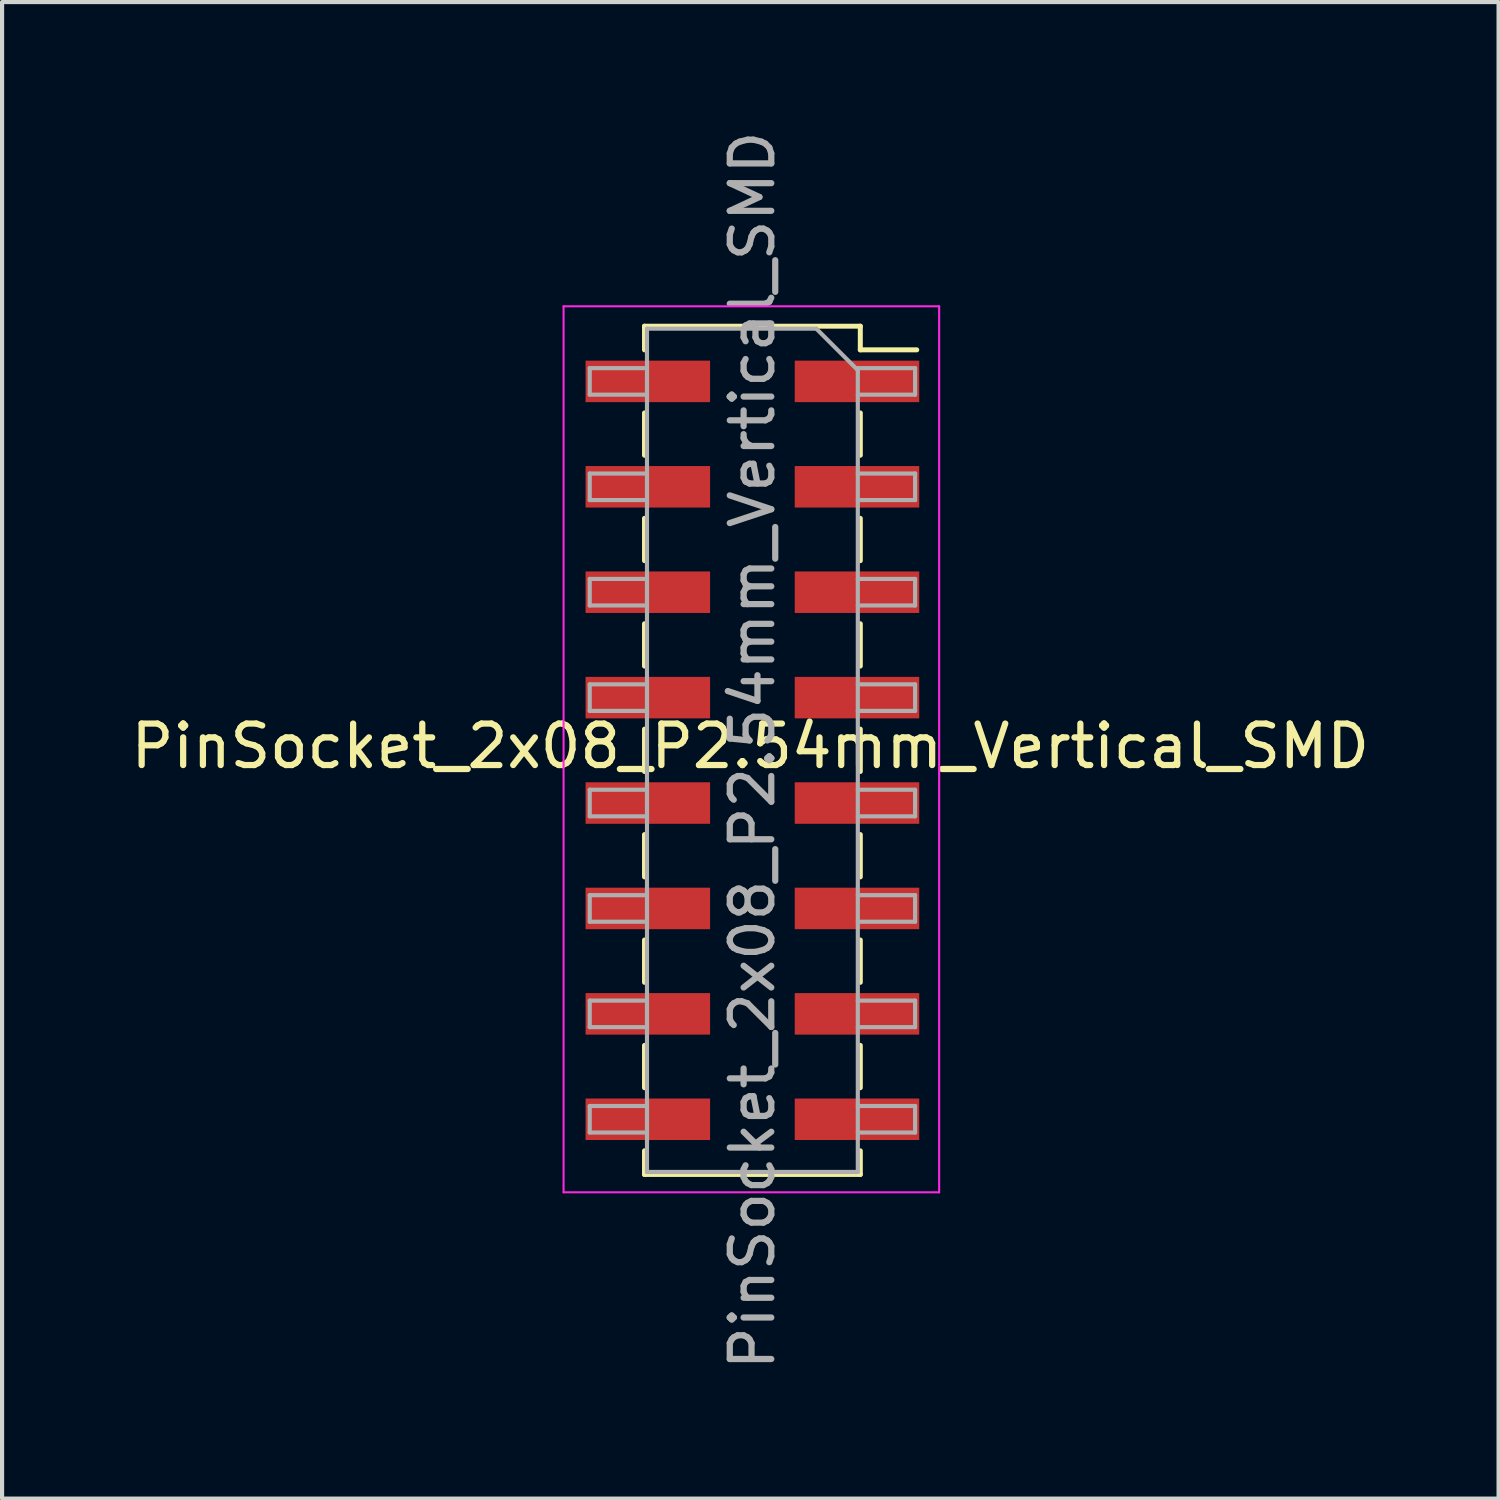
<source format=kicad_pcb>
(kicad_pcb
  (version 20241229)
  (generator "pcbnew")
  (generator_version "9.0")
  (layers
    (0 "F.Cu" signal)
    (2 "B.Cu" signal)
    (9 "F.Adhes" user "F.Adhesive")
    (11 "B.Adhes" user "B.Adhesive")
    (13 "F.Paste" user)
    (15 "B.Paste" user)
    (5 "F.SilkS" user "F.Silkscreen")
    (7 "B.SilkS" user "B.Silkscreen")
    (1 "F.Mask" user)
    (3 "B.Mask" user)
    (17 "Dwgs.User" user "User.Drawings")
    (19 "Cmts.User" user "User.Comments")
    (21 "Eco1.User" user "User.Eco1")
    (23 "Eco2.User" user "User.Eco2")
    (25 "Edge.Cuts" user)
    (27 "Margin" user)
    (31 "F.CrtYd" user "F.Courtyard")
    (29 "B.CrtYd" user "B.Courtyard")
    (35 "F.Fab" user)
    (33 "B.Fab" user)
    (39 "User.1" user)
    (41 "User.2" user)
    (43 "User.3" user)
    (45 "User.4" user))
  (footprint "PinSocket_2x08_P2.54mm_Vertical_SMD"
    (layer "F.Cu")
    (at 15.08 15.03)
    (property "Reference" "PinSocket_2x08_P2.54mm_Vertical_SMD" (at -0.05 -0.1 0) (layer "F.SilkS") (effects (font (size 1 1) (thickness 0.15))))
    (attr smd)
    (fp_line (start -2.6 -10.22) (end -2.6 -9.65) (stroke (width 0.12) (type solid)) (layer "F.SilkS"))
    (fp_line (start -2.6 -10.22) (end 2.6 -10.22) (stroke (width 0.12) (type solid)) (layer "F.SilkS"))
    (fp_line (start -2.6 -8.13) (end -2.6 -7.11) (stroke (width 0.12) (type solid)) (layer "F.SilkS"))
    (fp_line (start -2.6 -5.59) (end -2.6 -4.57) (stroke (width 0.12) (type solid)) (layer "F.SilkS"))
    (fp_line (start -2.6 -3.05) (end -2.6 -2.03) (stroke (width 0.12) (type solid)) (layer "F.SilkS"))
    (fp_line (start -2.6 -0.51) (end -2.6 0.51) (stroke (width 0.12) (type solid)) (layer "F.SilkS"))
    (fp_line (start -2.6 2.03) (end -2.6 3.05) (stroke (width 0.12) (type solid)) (layer "F.SilkS"))
    (fp_line (start -2.6 4.57) (end -2.6 5.59) (stroke (width 0.12) (type solid)) (layer "F.SilkS"))
    (fp_line (start -2.6 7.11) (end -2.6 8.13) (stroke (width 0.12) (type solid)) (layer "F.SilkS"))
    (fp_line (start -2.6 9.65) (end -2.6 10.22) (stroke (width 0.12) (type solid)) (layer "F.SilkS"))
    (fp_line (start -2.6 10.22) (end 2.6 10.22) (stroke (width 0.12) (type solid)) (layer "F.SilkS"))
    (fp_line (start 2.6 -10.22) (end 2.6 -9.65) (stroke (width 0.12) (type solid)) (layer "F.SilkS"))
    (fp_line (start 2.6 -9.65) (end 3.96 -9.65) (stroke (width 0.12) (type solid)) (layer "F.SilkS"))
    (fp_line (start 2.6 -8.13) (end 2.6 -7.11) (stroke (width 0.12) (type solid)) (layer "F.SilkS"))
    (fp_line (start 2.6 -5.59) (end 2.6 -4.57) (stroke (width 0.12) (type solid)) (layer "F.SilkS"))
    (fp_line (start 2.6 -3.05) (end 2.6 -2.03) (stroke (width 0.12) (type solid)) (layer "F.SilkS"))
    (fp_line (start 2.6 -0.51) (end 2.6 0.51) (stroke (width 0.12) (type solid)) (layer "F.SilkS"))
    (fp_line (start 2.6 2.03) (end 2.6 3.05) (stroke (width 0.12) (type solid)) (layer "F.SilkS"))
    (fp_line (start 2.6 4.57) (end 2.6 5.59) (stroke (width 0.12) (type solid)) (layer "F.SilkS"))
    (fp_line (start 2.6 7.11) (end 2.6 8.13) (stroke (width 0.12) (type solid)) (layer "F.SilkS"))
    (fp_line (start 2.6 9.65) (end 2.6 10.22) (stroke (width 0.12) (type solid)) (layer "F.SilkS"))
    (fp_line (start -4.55 -10.7) (end 4.5 -10.7) (stroke (width 0.05) (type solid)) (layer "F.CrtYd"))
    (fp_line (start -4.55 10.65) (end -4.55 -10.7) (stroke (width 0.05) (type solid)) (layer "F.CrtYd"))
    (fp_line (start 4.5 -10.7) (end 4.5 10.65) (stroke (width 0.05) (type solid)) (layer "F.CrtYd"))
    (fp_line (start 4.5 10.65) (end -4.55 10.65) (stroke (width 0.05) (type solid)) (layer "F.CrtYd"))
    (fp_line (start -3.92 -9.21) (end -2.54 -9.21) (stroke (width 0.1) (type solid)) (layer "F.Fab"))
    (fp_line (start -3.92 -8.57) (end -3.92 -9.21) (stroke (width 0.1) (type solid)) (layer "F.Fab"))
    (fp_line (start -3.92 -6.67) (end -2.54 -6.67) (stroke (width 0.1) (type solid)) (layer "F.Fab"))
    (fp_line (start -3.92 -6.03) (end -3.92 -6.67) (stroke (width 0.1) (type solid)) (layer "F.Fab"))
    (fp_line (start -3.92 -4.13) (end -2.54 -4.13) (stroke (width 0.1) (type solid)) (layer "F.Fab"))
    (fp_line (start -3.92 -3.49) (end -3.92 -4.13) (stroke (width 0.1) (type solid)) (layer "F.Fab"))
    (fp_line (start -3.92 -1.59) (end -2.54 -1.59) (stroke (width 0.1) (type solid)) (layer "F.Fab"))
    (fp_line (start -3.92 -0.95) (end -3.92 -1.59) (stroke (width 0.1) (type solid)) (layer "F.Fab"))
    (fp_line (start -3.92 0.95) (end -2.54 0.95) (stroke (width 0.1) (type solid)) (layer "F.Fab"))
    (fp_line (start -3.92 1.59) (end -3.92 0.95) (stroke (width 0.1) (type solid)) (layer "F.Fab"))
    (fp_line (start -3.92 3.49) (end -2.54 3.49) (stroke (width 0.1) (type solid)) (layer "F.Fab"))
    (fp_line (start -3.92 4.13) (end -3.92 3.49) (stroke (width 0.1) (type solid)) (layer "F.Fab"))
    (fp_line (start -3.92 6.03) (end -2.54 6.03) (stroke (width 0.1) (type solid)) (layer "F.Fab"))
    (fp_line (start -3.92 6.67) (end -3.92 6.03) (stroke (width 0.1) (type solid)) (layer "F.Fab"))
    (fp_line (start -3.92 8.57) (end -2.54 8.57) (stroke (width 0.1) (type solid)) (layer "F.Fab"))
    (fp_line (start -3.92 9.21) (end -3.92 8.57) (stroke (width 0.1) (type solid)) (layer "F.Fab"))
    (fp_line (start -2.54 -10.16) (end 1.54 -10.16) (stroke (width 0.1) (type solid)) (layer "F.Fab"))
    (fp_line (start -2.54 -8.57) (end -3.92 -8.57) (stroke (width 0.1) (type solid)) (layer "F.Fab"))
    (fp_line (start -2.54 -6.03) (end -3.92 -6.03) (stroke (width 0.1) (type solid)) (layer "F.Fab"))
    (fp_line (start -2.54 -3.49) (end -3.92 -3.49) (stroke (width 0.1) (type solid)) (layer "F.Fab"))
    (fp_line (start -2.54 -0.95) (end -3.92 -0.95) (stroke (width 0.1) (type solid)) (layer "F.Fab"))
    (fp_line (start -2.54 1.59) (end -3.92 1.59) (stroke (width 0.1) (type solid)) (layer "F.Fab"))
    (fp_line (start -2.54 4.13) (end -3.92 4.13) (stroke (width 0.1) (type solid)) (layer "F.Fab"))
    (fp_line (start -2.54 6.67) (end -3.92 6.67) (stroke (width 0.1) (type solid)) (layer "F.Fab"))
    (fp_line (start -2.54 9.21) (end -3.92 9.21) (stroke (width 0.1) (type solid)) (layer "F.Fab"))
    (fp_line (start -2.54 10.16) (end -2.54 -10.16) (stroke (width 0.1) (type solid)) (layer "F.Fab"))
    (fp_line (start 1.54 -10.16) (end 2.54 -9.16) (stroke (width 0.1) (type solid)) (layer "F.Fab"))
    (fp_line (start 2.54 -9.21) (end 3.92 -9.21) (stroke (width 0.1) (type solid)) (layer "F.Fab"))
    (fp_line (start 2.54 -9.16) (end 2.54 10.16) (stroke (width 0.1) (type solid)) (layer "F.Fab"))
    (fp_line (start 2.54 -6.67) (end 3.92 -6.67) (stroke (width 0.1) (type solid)) (layer "F.Fab"))
    (fp_line (start 2.54 -4.13) (end 3.92 -4.13) (stroke (width 0.1) (type solid)) (layer "F.Fab"))
    (fp_line (start 2.54 -1.59) (end 3.92 -1.59) (stroke (width 0.1) (type solid)) (layer "F.Fab"))
    (fp_line (start 2.54 0.95) (end 3.92 0.95) (stroke (width 0.1) (type solid)) (layer "F.Fab"))
    (fp_line (start 2.54 3.49) (end 3.92 3.49) (stroke (width 0.1) (type solid)) (layer "F.Fab"))
    (fp_line (start 2.54 6.03) (end 3.92 6.03) (stroke (width 0.1) (type solid)) (layer "F.Fab"))
    (fp_line (start 2.54 8.57) (end 3.92 8.57) (stroke (width 0.1) (type solid)) (layer "F.Fab"))
    (fp_line (start 2.54 10.16) (end -2.54 10.16) (stroke (width 0.1) (type solid)) (layer "F.Fab"))
    (fp_line (start 3.92 -9.21) (end 3.92 -8.57) (stroke (width 0.1) (type solid)) (layer "F.Fab"))
    (fp_line (start 3.92 -8.57) (end 2.54 -8.57) (stroke (width 0.1) (type solid)) (layer "F.Fab"))
    (fp_line (start 3.92 -6.67) (end 3.92 -6.03) (stroke (width 0.1) (type solid)) (layer "F.Fab"))
    (fp_line (start 3.92 -6.03) (end 2.54 -6.03) (stroke (width 0.1) (type solid)) (layer "F.Fab"))
    (fp_line (start 3.92 -4.13) (end 3.92 -3.49) (stroke (width 0.1) (type solid)) (layer "F.Fab"))
    (fp_line (start 3.92 -3.49) (end 2.54 -3.49) (stroke (width 0.1) (type solid)) (layer "F.Fab"))
    (fp_line (start 3.92 -1.59) (end 3.92 -0.95) (stroke (width 0.1) (type solid)) (layer "F.Fab"))
    (fp_line (start 3.92 -0.95) (end 2.54 -0.95) (stroke (width 0.1) (type solid)) (layer "F.Fab"))
    (fp_line (start 3.92 0.95) (end 3.92 1.59) (stroke (width 0.1) (type solid)) (layer "F.Fab"))
    (fp_line (start 3.92 1.59) (end 2.54 1.59) (stroke (width 0.1) (type solid)) (layer "F.Fab"))
    (fp_line (start 3.92 3.49) (end 3.92 4.13) (stroke (width 0.1) (type solid)) (layer "F.Fab"))
    (fp_line (start 3.92 4.13) (end 2.54 4.13) (stroke (width 0.1) (type solid)) (layer "F.Fab"))
    (fp_line (start 3.92 6.03) (end 3.92 6.67) (stroke (width 0.1) (type solid)) (layer "F.Fab"))
    (fp_line (start 3.92 6.67) (end 2.54 6.67) (stroke (width 0.1) (type solid)) (layer "F.Fab"))
    (fp_line (start 3.92 8.57) (end 3.92 9.21) (stroke (width 0.1) (type solid)) (layer "F.Fab"))
    (fp_line (start 3.92 9.21) (end 2.54 9.21) (stroke (width 0.1) (type solid)) (layer "F.Fab"))
    (fp_text user "${REFERENCE}" (at 0 0 90) (layer "F.Fab") (effects (font (size 1 1) (thickness 0.15))))
    (pad "1" smd rect (at 2.52 -8.89 180) (size 3 1) (layers "F.Cu" "F.Mask" "F.Paste"))
    (pad "2" smd rect (at -2.52 -8.89 180) (size 3 1) (layers "F.Cu" "F.Mask" "F.Paste"))
    (pad "3" smd rect (at 2.52 -6.35 180) (size 3 1) (layers "F.Cu" "F.Mask" "F.Paste"))
    (pad "4" smd rect (at -2.52 -6.35 180) (size 3 1) (layers "F.Cu" "F.Mask" "F.Paste"))
    (pad "5" smd rect (at 2.52 -3.81 180) (size 3 1) (layers "F.Cu" "F.Mask" "F.Paste"))
    (pad "6" smd rect (at -2.52 -3.81 180) (size 3 1) (layers "F.Cu" "F.Mask" "F.Paste"))
    (pad "7" smd rect (at 2.52 -1.27 180) (size 3 1) (layers "F.Cu" "F.Mask" "F.Paste"))
    (pad "8" smd rect (at -2.52 -1.27 180) (size 3 1) (layers "F.Cu" "F.Mask" "F.Paste"))
    (pad "9" smd rect (at 2.52 1.27 180) (size 3 1) (layers "F.Cu" "F.Mask" "F.Paste"))
    (pad "10" smd rect (at -2.52 1.27 180) (size 3 1) (layers "F.Cu" "F.Mask" "F.Paste"))
    (pad "11" smd rect (at 2.52 3.81 180) (size 3 1) (layers "F.Cu" "F.Mask" "F.Paste"))
    (pad "12" smd rect (at -2.52 3.81 180) (size 3 1) (layers "F.Cu" "F.Mask" "F.Paste"))
    (pad "13" smd rect (at 2.52 6.35 180) (size 3 1) (layers "F.Cu" "F.Mask" "F.Paste"))
    (pad "14" smd rect (at -2.52 6.35 180) (size 3 1) (layers "F.Cu" "F.Mask" "F.Paste"))
    (pad "15" smd rect (at 2.52 8.89 180) (size 3 1) (layers "F.Cu" "F.Mask" "F.Paste"))
    (pad "16" smd rect (at -2.52 8.89 180) (size 3 1) (layers "F.Cu" "F.Mask" "F.Paste")))
  (gr_rect
    (start -3 -3)
    (end 33.06 33.06)
    (stroke (width 0.1) (type default))
    (fill no)
    (layer "Edge.Cuts")))
</source>
